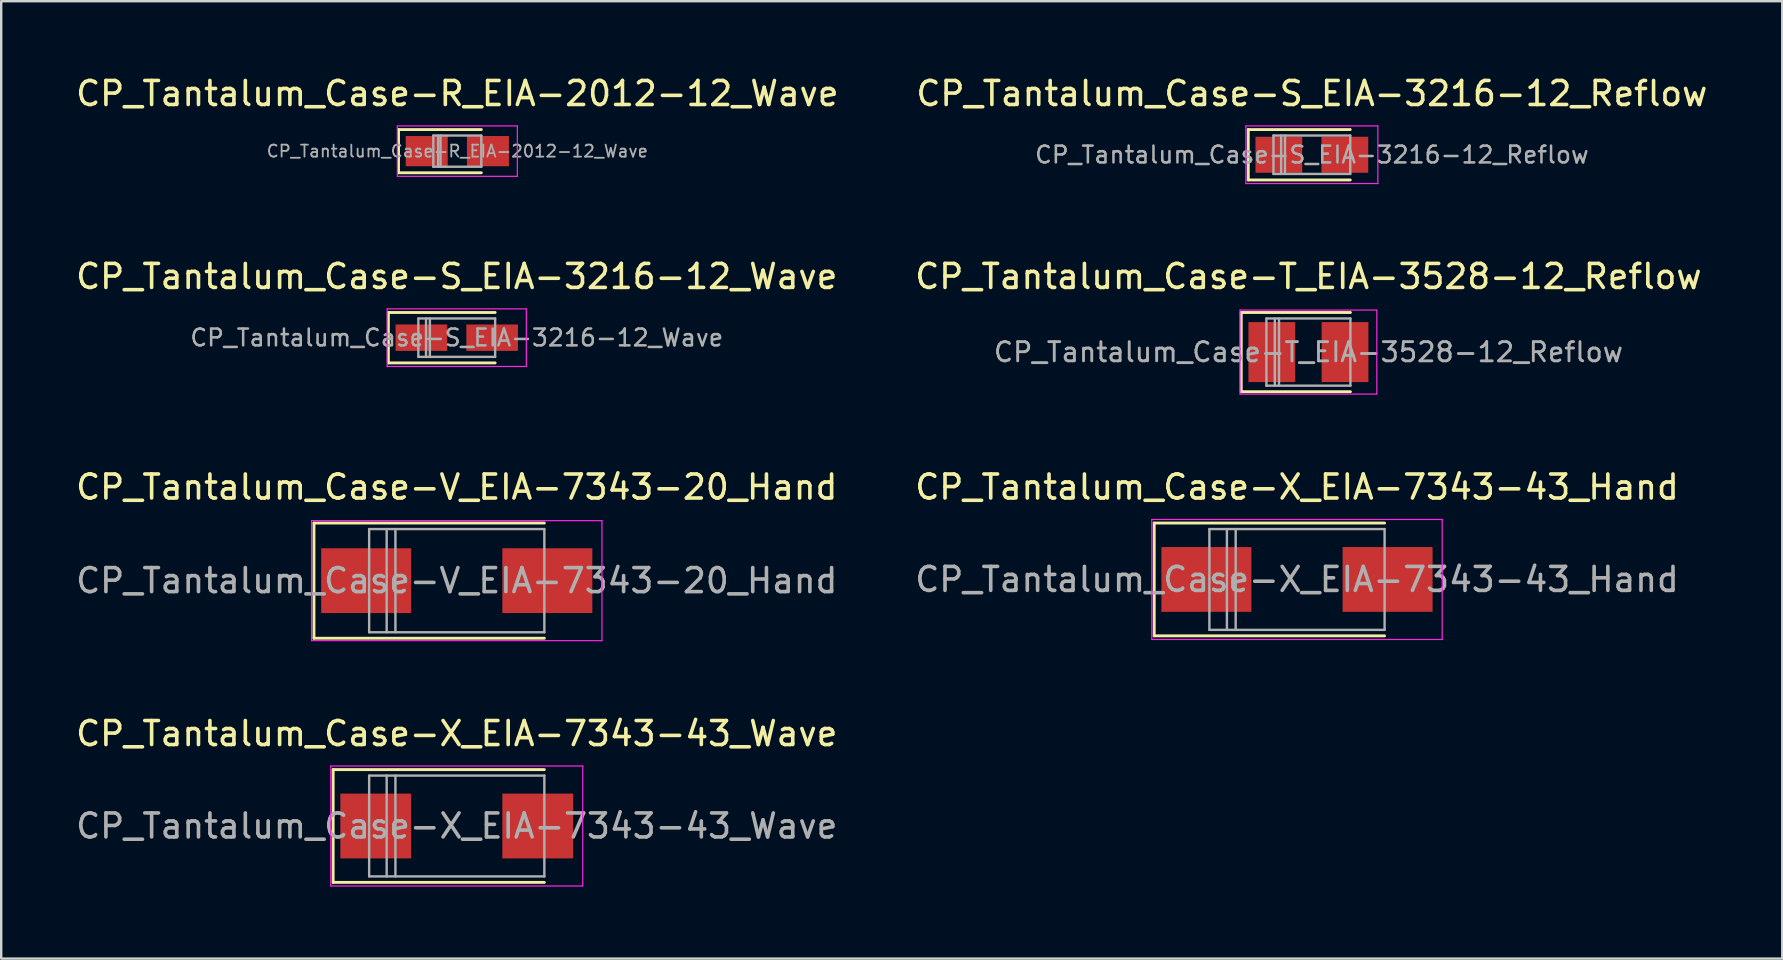
<source format=kicad_pcb>
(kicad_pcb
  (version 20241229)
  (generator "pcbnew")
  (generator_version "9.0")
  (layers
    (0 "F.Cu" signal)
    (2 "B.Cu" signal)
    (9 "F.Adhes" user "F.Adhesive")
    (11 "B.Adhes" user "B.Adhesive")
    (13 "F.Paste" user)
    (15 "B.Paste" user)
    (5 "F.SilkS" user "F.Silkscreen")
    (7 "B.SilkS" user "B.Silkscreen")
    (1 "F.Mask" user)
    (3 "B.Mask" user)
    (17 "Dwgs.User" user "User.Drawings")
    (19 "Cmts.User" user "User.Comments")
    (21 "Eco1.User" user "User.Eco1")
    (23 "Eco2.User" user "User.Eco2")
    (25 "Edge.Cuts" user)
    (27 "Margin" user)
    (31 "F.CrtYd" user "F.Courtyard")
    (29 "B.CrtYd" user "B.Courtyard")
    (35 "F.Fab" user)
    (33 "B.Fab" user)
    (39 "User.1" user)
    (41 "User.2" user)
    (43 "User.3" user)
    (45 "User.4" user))
  (footprint "CP_Tantalum_Case-V_EIA-7343-20_Hand"
    (layer "F.Cu")
    (at 15.982 21.145)
    (property "Reference" "CP_Tantalum_Case-V_EIA-7343-20_Hand" (at 0 -3.9 0) (layer "F.SilkS") (effects (font (size 1 1) (thickness 0.15))))
    (attr smd)
    (fp_line (start -5.95 -2.4) (end -5.95 2.4) (stroke (width 0.12) (type solid)) (layer "F.SilkS"))
    (fp_line (start -5.95 -2.4) (end 3.65 -2.4) (stroke (width 0.12) (type solid)) (layer "F.SilkS"))
    (fp_line (start -5.95 2.4) (end 3.65 2.4) (stroke (width 0.12) (type solid)) (layer "F.SilkS"))
    (fp_line (start -6.05 -2.5) (end -6.05 2.5) (stroke (width 0.05) (type solid)) (layer "F.CrtYd"))
    (fp_line (start -6.05 2.5) (end 6.05 2.5) (stroke (width 0.05) (type solid)) (layer "F.CrtYd"))
    (fp_line (start 6.05 -2.5) (end -6.05 -2.5) (stroke (width 0.05) (type solid)) (layer "F.CrtYd"))
    (fp_line (start 6.05 2.5) (end 6.05 -2.5) (stroke (width 0.05) (type solid)) (layer "F.CrtYd"))
    (fp_line (start -3.65 -2.15) (end -3.65 2.15) (stroke (width 0.1) (type solid)) (layer "F.Fab"))
    (fp_line (start -3.65 2.15) (end 3.65 2.15) (stroke (width 0.1) (type solid)) (layer "F.Fab"))
    (fp_line (start -2.92 -2.15) (end -2.92 2.15) (stroke (width 0.1) (type solid)) (layer "F.Fab"))
    (fp_line (start -2.555 -2.15) (end -2.555 2.15) (stroke (width 0.1) (type solid)) (layer "F.Fab"))
    (fp_line (start 3.65 -2.15) (end -3.65 -2.15) (stroke (width 0.1) (type solid)) (layer "F.Fab"))
    (fp_line (start 3.65 2.15) (end 3.65 -2.15) (stroke (width 0.1) (type solid)) (layer "F.Fab"))
    (fp_text user "${REFERENCE}" (at 0 0 0) (layer "F.Fab") (effects (font (size 1 1) (thickness 0.15))))
    (pad "1" smd rect (at -3.775 0) (size 3.75 2.7) (layers "F.Cu" "F.Mask" "F.Paste"))
    (pad "2" smd rect (at 3.775 0) (size 3.75 2.7) (layers "F.Cu" "F.Mask" "F.Paste")))
  (footprint "CP_Tantalum_Case-R_EIA-2012-12_Wave"
    (layer "F.Cu")
    (at 16.006 3.248)
    (property "Reference" "CP_Tantalum_Case-R_EIA-2012-12_Wave" (at 0 -2.4 0) (layer "F.SilkS") (effects (font (size 1 1) (thickness 0.15))))
    (attr smd)
    (fp_line (start -2.45 -0.9) (end -2.45 0.9) (stroke (width 0.12) (type solid)) (layer "F.SilkS"))
    (fp_line (start -2.45 -0.9) (end 1 -0.9) (stroke (width 0.12) (type solid)) (layer "F.SilkS"))
    (fp_line (start -2.45 0.9) (end 1 0.9) (stroke (width 0.12) (type solid)) (layer "F.SilkS"))
    (fp_line (start -2.5 -1.05) (end -2.5 1.05) (stroke (width 0.05) (type solid)) (layer "F.CrtYd"))
    (fp_line (start -2.5 1.05) (end 2.5 1.05) (stroke (width 0.05) (type solid)) (layer "F.CrtYd"))
    (fp_line (start 2.5 -1.05) (end -2.5 -1.05) (stroke (width 0.05) (type solid)) (layer "F.CrtYd"))
    (fp_line (start 2.5 1.05) (end 2.5 -1.05) (stroke (width 0.05) (type solid)) (layer "F.CrtYd"))
    (fp_line (start -1 -0.65) (end -1 0.65) (stroke (width 0.1) (type solid)) (layer "F.Fab"))
    (fp_line (start -1 0.65) (end 1 0.65) (stroke (width 0.1) (type solid)) (layer "F.Fab"))
    (fp_line (start -0.8 -0.65) (end -0.8 0.65) (stroke (width 0.1) (type solid)) (layer "F.Fab"))
    (fp_line (start -0.7 -0.65) (end -0.7 0.65) (stroke (width 0.1) (type solid)) (layer "F.Fab"))
    (fp_line (start 1 -0.65) (end -1 -0.65) (stroke (width 0.1) (type solid)) (layer "F.Fab"))
    (fp_line (start 1 0.65) (end 1 -0.65) (stroke (width 0.1) (type solid)) (layer "F.Fab"))
    (fp_text user "${REFERENCE}" (at 0 0 0) (layer "F.Fab") (effects (font (size 0.5 0.5) (thickness 0.075))))
    (pad "1" smd rect (at -1.275 0) (size 1.75 1.26) (layers "F.Cu" "F.Mask" "F.Paste"))
    (pad "2" smd rect (at 1.275 0) (size 1.75 1.26) (layers "F.Cu" "F.Mask" "F.Paste")))
  (footprint "CP_Tantalum_Case-S_EIA-3216-12_Reflow"
    (layer "F.Cu")
    (at 51.613 3.398)
    (property "Reference" "CP_Tantalum_Case-S_EIA-3216-12_Reflow" (at 0 -2.55 0) (layer "F.SilkS") (effects (font (size 1 1) (thickness 0.15))))
    (attr smd)
    (fp_line (start -2.65 -1.05) (end -2.65 1.05) (stroke (width 0.12) (type solid)) (layer "F.SilkS"))
    (fp_line (start -2.65 -1.05) (end 1.6 -1.05) (stroke (width 0.12) (type solid)) (layer "F.SilkS"))
    (fp_line (start -2.65 1.05) (end 1.6 1.05) (stroke (width 0.12) (type solid)) (layer "F.SilkS"))
    (fp_line (start -2.75 -1.2) (end -2.75 1.2) (stroke (width 0.05) (type solid)) (layer "F.CrtYd"))
    (fp_line (start -2.75 1.2) (end 2.75 1.2) (stroke (width 0.05) (type solid)) (layer "F.CrtYd"))
    (fp_line (start 2.75 -1.2) (end -2.75 -1.2) (stroke (width 0.05) (type solid)) (layer "F.CrtYd"))
    (fp_line (start 2.75 1.2) (end 2.75 -1.2) (stroke (width 0.05) (type solid)) (layer "F.CrtYd"))
    (fp_line (start -1.6 -0.8) (end -1.6 0.8) (stroke (width 0.1) (type solid)) (layer "F.Fab"))
    (fp_line (start -1.6 0.8) (end 1.6 0.8) (stroke (width 0.1) (type solid)) (layer "F.Fab"))
    (fp_line (start -1.28 -0.8) (end -1.28 0.8) (stroke (width 0.1) (type solid)) (layer "F.Fab"))
    (fp_line (start -1.12 -0.8) (end -1.12 0.8) (stroke (width 0.1) (type solid)) (layer "F.Fab"))
    (fp_line (start 1.6 -0.8) (end -1.6 -0.8) (stroke (width 0.1) (type solid)) (layer "F.Fab"))
    (fp_line (start 1.6 0.8) (end 1.6 -0.8) (stroke (width 0.1) (type solid)) (layer "F.Fab"))
    (fp_text user "${REFERENCE}" (at 0 0 0) (layer "F.Fab") (effects (font (size 0.7 0.7) (thickness 0.105))))
    (pad "1" smd rect (at -1.375 0) (size 1.95 1.5) (layers "F.Cu" "F.Mask" "F.Paste"))
    (pad "2" smd rect (at 1.375 0) (size 1.95 1.5) (layers "F.Cu" "F.Mask" "F.Paste")))
  (footprint "CP_Tantalum_Case-T_EIA-3528-12_Reflow"
    (layer "F.Cu")
    (at 51.47 11.621)
    (property "Reference" "CP_Tantalum_Case-T_EIA-3528-12_Reflow" (at 0 -3.15 0) (layer "F.SilkS") (effects (font (size 1 1) (thickness 0.15))))
    (attr smd)
    (fp_line (start -2.8 -1.65) (end -2.8 1.65) (stroke (width 0.12) (type solid)) (layer "F.SilkS"))
    (fp_line (start -2.8 -1.65) (end 1.75 -1.65) (stroke (width 0.12) (type solid)) (layer "F.SilkS"))
    (fp_line (start -2.8 1.65) (end 1.75 1.65) (stroke (width 0.12) (type solid)) (layer "F.SilkS"))
    (fp_line (start -2.85 -1.75) (end -2.85 1.75) (stroke (width 0.05) (type solid)) (layer "F.CrtYd"))
    (fp_line (start -2.85 1.75) (end 2.85 1.75) (stroke (width 0.05) (type solid)) (layer "F.CrtYd"))
    (fp_line (start 2.85 -1.75) (end -2.85 -1.75) (stroke (width 0.05) (type solid)) (layer "F.CrtYd"))
    (fp_line (start 2.85 1.75) (end 2.85 -1.75) (stroke (width 0.05) (type solid)) (layer "F.CrtYd"))
    (fp_line (start -1.75 -1.4) (end -1.75 1.4) (stroke (width 0.1) (type solid)) (layer "F.Fab"))
    (fp_line (start -1.75 1.4) (end 1.75 1.4) (stroke (width 0.1) (type solid)) (layer "F.Fab"))
    (fp_line (start -1.4 -1.4) (end -1.4 1.4) (stroke (width 0.1) (type solid)) (layer "F.Fab"))
    (fp_line (start -1.225 -1.4) (end -1.225 1.4) (stroke (width 0.1) (type solid)) (layer "F.Fab"))
    (fp_line (start 1.75 -1.4) (end -1.75 -1.4) (stroke (width 0.1) (type solid)) (layer "F.Fab"))
    (fp_line (start 1.75 1.4) (end 1.75 -1.4) (stroke (width 0.1) (type solid)) (layer "F.Fab"))
    (fp_text user "${REFERENCE}" (at 0 0 0) (layer "F.Fab") (effects (font (size 0.8 0.8) (thickness 0.12))))
    (pad "1" smd rect (at -1.525 0) (size 1.95 2.5) (layers "F.Cu" "F.Mask" "F.Paste"))
    (pad "2" smd rect (at 1.525 0) (size 1.95 2.5) (layers "F.Cu" "F.Mask" "F.Paste")))
  (footprint "CP_Tantalum_Case-S_EIA-3216-12_Wave"
    (layer "F.Cu")
    (at 15.982 11.021)
    (property "Reference" "CP_Tantalum_Case-S_EIA-3216-12_Wave" (at 0 -2.55 0) (layer "F.SilkS") (effects (font (size 1 1) (thickness 0.15))))
    (attr smd)
    (fp_line (start -2.85 -1.05) (end -2.85 1.05) (stroke (width 0.12) (type solid)) (layer "F.SilkS"))
    (fp_line (start -2.85 -1.05) (end 1.6 -1.05) (stroke (width 0.12) (type solid)) (layer "F.SilkS"))
    (fp_line (start -2.85 1.05) (end 1.6 1.05) (stroke (width 0.12) (type solid)) (layer "F.SilkS"))
    (fp_line (start -2.9 -1.2) (end -2.9 1.2) (stroke (width 0.05) (type solid)) (layer "F.CrtYd"))
    (fp_line (start -2.9 1.2) (end 2.9 1.2) (stroke (width 0.05) (type solid)) (layer "F.CrtYd"))
    (fp_line (start 2.9 -1.2) (end -2.9 -1.2) (stroke (width 0.05) (type solid)) (layer "F.CrtYd"))
    (fp_line (start 2.9 1.2) (end 2.9 -1.2) (stroke (width 0.05) (type solid)) (layer "F.CrtYd"))
    (fp_line (start -1.6 -0.8) (end -1.6 0.8) (stroke (width 0.1) (type solid)) (layer "F.Fab"))
    (fp_line (start -1.6 0.8) (end 1.6 0.8) (stroke (width 0.1) (type solid)) (layer "F.Fab"))
    (fp_line (start -1.28 -0.8) (end -1.28 0.8) (stroke (width 0.1) (type solid)) (layer "F.Fab"))
    (fp_line (start -1.12 -0.8) (end -1.12 0.8) (stroke (width 0.1) (type solid)) (layer "F.Fab"))
    (fp_line (start 1.6 -0.8) (end -1.6 -0.8) (stroke (width 0.1) (type solid)) (layer "F.Fab"))
    (fp_line (start 1.6 0.8) (end 1.6 -0.8) (stroke (width 0.1) (type solid)) (layer "F.Fab"))
    (fp_text user "${REFERENCE}" (at 0 0 0) (layer "F.Fab") (effects (font (size 0.7 0.7) (thickness 0.105))))
    (pad "1" smd rect (at -1.475 0) (size 2.15 1.1) (layers "F.Cu" "F.Mask" "F.Paste"))
    (pad "2" smd rect (at 1.475 0) (size 2.15 1.1) (layers "F.Cu" "F.Mask" "F.Paste")))
  (footprint "CP_Tantalum_Case-X_EIA-7343-43_Wave"
    (layer "F.Cu")
    (at 15.982 31.368)
    (property "Reference" "CP_Tantalum_Case-X_EIA-7343-43_Wave" (at 0 -3.85 0) (layer "F.SilkS") (effects (font (size 1 1) (thickness 0.15))))
    (attr smd)
    (fp_line (start -5.15 -2.35) (end -5.15 2.35) (stroke (width 0.12) (type solid)) (layer "F.SilkS"))
    (fp_line (start -5.15 -2.35) (end 3.65 -2.35) (stroke (width 0.12) (type solid)) (layer "F.SilkS"))
    (fp_line (start -5.15 2.35) (end 3.65 2.35) (stroke (width 0.12) (type solid)) (layer "F.SilkS"))
    (fp_line (start -5.25 -2.5) (end -5.25 2.5) (stroke (width 0.05) (type solid)) (layer "F.CrtYd"))
    (fp_line (start -5.25 2.5) (end 5.25 2.5) (stroke (width 0.05) (type solid)) (layer "F.CrtYd"))
    (fp_line (start 5.25 -2.5) (end -5.25 -2.5) (stroke (width 0.05) (type solid)) (layer "F.CrtYd"))
    (fp_line (start 5.25 2.5) (end 5.25 -2.5) (stroke (width 0.05) (type solid)) (layer "F.CrtYd"))
    (fp_line (start -3.65 -2.1) (end -3.65 2.1) (stroke (width 0.1) (type solid)) (layer "F.Fab"))
    (fp_line (start -3.65 2.1) (end 3.65 2.1) (stroke (width 0.1) (type solid)) (layer "F.Fab"))
    (fp_line (start -2.92 -2.1) (end -2.92 2.1) (stroke (width 0.1) (type solid)) (layer "F.Fab"))
    (fp_line (start -2.555 -2.1) (end -2.555 2.1) (stroke (width 0.1) (type solid)) (layer "F.Fab"))
    (fp_line (start 3.65 -2.1) (end -3.65 -2.1) (stroke (width 0.1) (type solid)) (layer "F.Fab"))
    (fp_line (start 3.65 2.1) (end 3.65 -2.1) (stroke (width 0.1) (type solid)) (layer "F.Fab"))
    (fp_text user "${REFERENCE}" (at 0 0 0) (layer "F.Fab") (effects (font (size 1 1) (thickness 0.15))))
    (pad "1" smd rect (at -3.375 0) (size 2.95 2.7) (layers "F.Cu" "F.Mask" "F.Paste"))
    (pad "2" smd rect (at 3.375 0) (size 2.95 2.7) (layers "F.Cu" "F.Mask" "F.Paste")))
  (footprint "CP_Tantalum_Case-X_EIA-7343-43_Hand"
    (layer "F.Cu")
    (at 50.994 21.095)
    (property "Reference" "CP_Tantalum_Case-X_EIA-7343-43_Hand" (at 0 -3.85 0) (layer "F.SilkS") (effects (font (size 1 1) (thickness 0.15))))
    (attr smd)
    (fp_line (start -5.95 -2.35) (end -5.95 2.35) (stroke (width 0.12) (type solid)) (layer "F.SilkS"))
    (fp_line (start -5.95 -2.35) (end 3.65 -2.35) (stroke (width 0.12) (type solid)) (layer "F.SilkS"))
    (fp_line (start -5.95 2.35) (end 3.65 2.35) (stroke (width 0.12) (type solid)) (layer "F.SilkS"))
    (fp_line (start -6.05 -2.5) (end -6.05 2.5) (stroke (width 0.05) (type solid)) (layer "F.CrtYd"))
    (fp_line (start -6.05 2.5) (end 6.05 2.5) (stroke (width 0.05) (type solid)) (layer "F.CrtYd"))
    (fp_line (start 6.05 -2.5) (end -6.05 -2.5) (stroke (width 0.05) (type solid)) (layer "F.CrtYd"))
    (fp_line (start 6.05 2.5) (end 6.05 -2.5) (stroke (width 0.05) (type solid)) (layer "F.CrtYd"))
    (fp_line (start -3.65 -2.1) (end -3.65 2.1) (stroke (width 0.1) (type solid)) (layer "F.Fab"))
    (fp_line (start -3.65 2.1) (end 3.65 2.1) (stroke (width 0.1) (type solid)) (layer "F.Fab"))
    (fp_line (start -2.92 -2.1) (end -2.92 2.1) (stroke (width 0.1) (type solid)) (layer "F.Fab"))
    (fp_line (start -2.555 -2.1) (end -2.555 2.1) (stroke (width 0.1) (type solid)) (layer "F.Fab"))
    (fp_line (start 3.65 -2.1) (end -3.65 -2.1) (stroke (width 0.1) (type solid)) (layer "F.Fab"))
    (fp_line (start 3.65 2.1) (end 3.65 -2.1) (stroke (width 0.1) (type solid)) (layer "F.Fab"))
    (fp_text user "${REFERENCE}" (at 0 0 0) (layer "F.Fab") (effects (font (size 1 1) (thickness 0.15))))
    (pad "1" smd rect (at -3.775 0) (size 3.75 2.7) (layers "F.Cu" "F.Mask" "F.Paste"))
    (pad "2" smd rect (at 3.775 0) (size 3.75 2.7) (layers "F.Cu" "F.Mask" "F.Paste")))
  (gr_rect
    (start -3 -3)
    (end 71.214 36.893)
    (stroke (width 0.1) (type default))
    (fill no)
    (layer "Edge.Cuts")))
</source>
